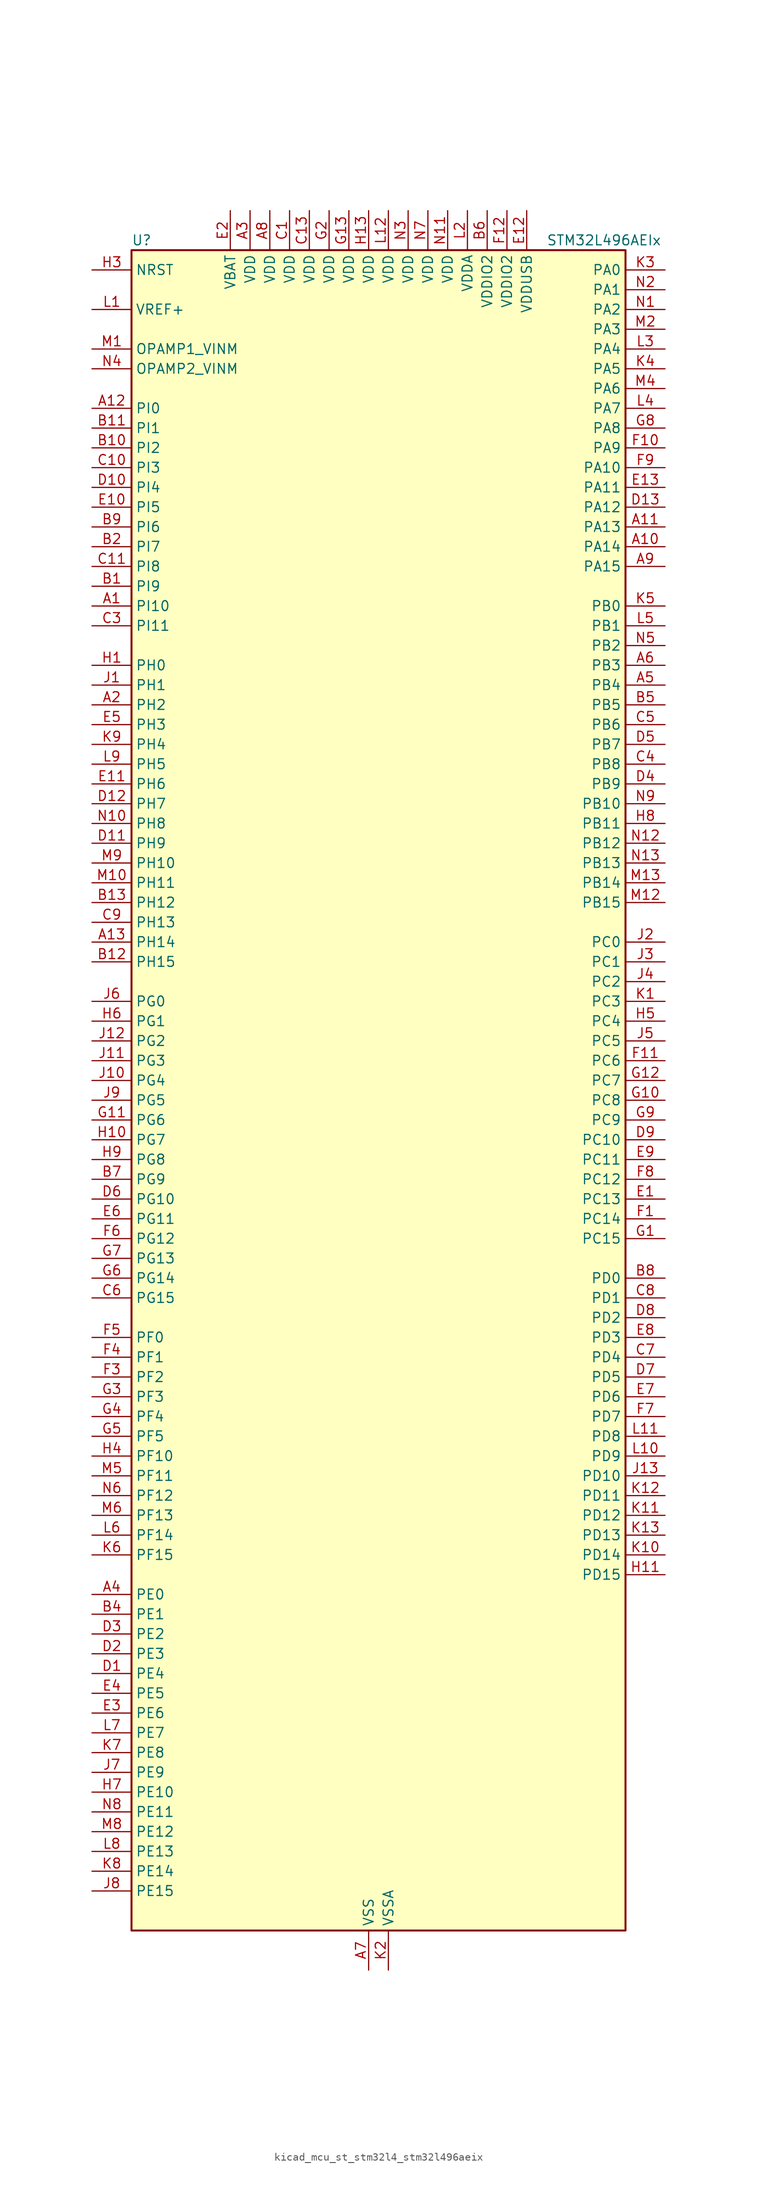
<source format=kicad_sym>
(kicad_symbol_lib
  (version 20220914)
  (generator kicad_symbol_editor)
  (symbol "kicad_mcu_st_stm32l4_stm32l496aeix"
    (property "Reference" "U"
      (at -30.48 110.49 0)
      (effects (font (size 1.27 1.27)) (justify left)))
    (property "Value" "STM32L496AEIx"
      (at 22.86 110.49 0)
      (effects (font (size 1.27 1.27)) (justify left)))
    (property "ki_locked" ""
      (at 0 0 0)
      (effects (font (size 1.27 1.27))))
    (symbol "kicad_mcu_st_stm32l4_stm32l496aeix_0_1"
      (rectangle (start -30.48 -106.68) (end 33.02 109.22) (stroke (width 0.254) (type default)) (fill (type background))))
    (symbol "kicad_mcu_st_stm32l4_stm32l496aeix_1_1"
      (pin bidirectional line (at -35.56 63.5 0) (length 5.08) (name "PI10" (effects (font (size 1.27 1.27)))) (number "A1" (effects (font (size 1.27 1.27)))))
      (pin bidirectional line (at 38.1 71.12 180) (length 5.08) (name "PA14" (effects (font (size 1.27 1.27)))) (number "A10" (effects (font (size 1.27 1.27)))) (alternate "I2C1_SMBA" bidirectional line) (alternate "I2C4_SMBA" bidirectional line) (alternate "LPTIM1_OUT" bidirectional line) (alternate "SAI1_FS_B" bidirectional line) (alternate "SWPMI1_RX" bidirectional line) (alternate "SYS_JTCK-SWCLK" bidirectional line) (alternate "USB_OTG_FS_SOF" bidirectional line))
      (pin bidirectional line (at 38.1 73.66 180) (length 5.08) (name "PA13" (effects (font (size 1.27 1.27)))) (number "A11" (effects (font (size 1.27 1.27)))) (alternate "IR_OUT" bidirectional line) (alternate "SAI1_SD_B" bidirectional line) (alternate "SWPMI1_TX" bidirectional line) (alternate "SYS_JTMS-SWDIO" bidirectional line) (alternate "USB_OTG_FS_NOE" bidirectional line))
      (pin bidirectional line (at -35.56 88.9 0) (length 5.08) (name "PI0" (effects (font (size 1.27 1.27)))) (number "A12" (effects (font (size 1.27 1.27)))) (alternate "DCMI_D13" bidirectional line) (alternate "SPI2_NSS" bidirectional line) (alternate "TIM5_CH4" bidirectional line))
      (pin bidirectional line (at -35.56 20.32 0) (length 5.08) (name "PH14" (effects (font (size 1.27 1.27)))) (number "A13" (effects (font (size 1.27 1.27)))) (alternate "DCMI_D4" bidirectional line) (alternate "TIM8_CH2N" bidirectional line))
      (pin bidirectional line (at -35.56 50.8 0) (length 5.08) (name "PH2" (effects (font (size 1.27 1.27)))) (number "A2" (effects (font (size 1.27 1.27)))) (alternate "QUADSPI_BK2_IO0" bidirectional line))
      (pin power_in line (at -15.24 114.3 270) (length 5.08) (name "VDD" (effects (font (size 1.27 1.27)))) (number "A3" (effects (font (size 1.27 1.27)))))
      (pin bidirectional line (at -35.56 -63.5 0) (length 5.08) (name "PE0" (effects (font (size 1.27 1.27)))) (number "A4" (effects (font (size 1.27 1.27)))) (alternate "DCMI_D2" bidirectional line) (alternate "FMC_NBL0" bidirectional line) (alternate "LCD_SEG36" bidirectional line) (alternate "TIM16_CH1" bidirectional line) (alternate "TIM4_ETR" bidirectional line))
      (pin bidirectional line (at 38.1 53.34 180) (length 5.08) (name "PB4" (effects (font (size 1.27 1.27)))) (number "A5" (effects (font (size 1.27 1.27)))) (alternate "COMP2_INP" bidirectional line) (alternate "DCMI_D12" bidirectional line) (alternate "I2C3_SDA" bidirectional line) (alternate "LCD_SEG8" bidirectional line) (alternate "SAI1_MCLK_B" bidirectional line) (alternate "SPI1_MISO" bidirectional line) (alternate "SPI3_MISO" bidirectional line) (alternate "SYS_JTRST" bidirectional line) (alternate "TIM17_BKIN" bidirectional line) (alternate "TIM3_CH1" bidirectional line) (alternate "TSC_G2_IO1" bidirectional line) (alternate "UART5_DE" bidirectional line) (alternate "UART5_RTS" bidirectional line) (alternate "USART1_CTS" bidirectional line))
      (pin bidirectional line (at 38.1 55.88 180) (length 5.08) (name "PB3" (effects (font (size 1.27 1.27)))) (number "A6" (effects (font (size 1.27 1.27)))) (alternate "COMP2_INM" bidirectional line) (alternate "CRS_SYNC" bidirectional line) (alternate "LCD_SEG7" bidirectional line) (alternate "SAI1_SCK_B" bidirectional line) (alternate "SPI1_SCK" bidirectional line) (alternate "SPI3_SCK" bidirectional line) (alternate "SYS_JTDO-SWO" bidirectional line) (alternate "TIM2_CH2" bidirectional line) (alternate "USART1_DE" bidirectional line) (alternate "USART1_RTS" bidirectional line))
      (pin power_in line (at 0 -111.76 90) (length 5.08) (name "VSS" (effects (font (size 1.27 1.27)))) (number "A7" (effects (font (size 1.27 1.27)))))
      (pin power_in line (at -12.7 114.3 270) (length 5.08) (name "VDD" (effects (font (size 1.27 1.27)))) (number "A8" (effects (font (size 1.27 1.27)))))
      (pin bidirectional line (at 38.1 68.58 180) (length 5.08) (name "PA15" (effects (font (size 1.27 1.27)))) (number "A9" (effects (font (size 1.27 1.27)))) (alternate "ADC1_EXTI15" bidirectional line) (alternate "ADC2_EXTI15" bidirectional line) (alternate "ADC3_EXTI15" bidirectional line) (alternate "LCD_SEG17" bidirectional line) (alternate "SAI2_FS_B" bidirectional line) (alternate "SPI1_NSS" bidirectional line) (alternate "SPI3_NSS" bidirectional line) (alternate "SWPMI1_SUSPEND" bidirectional line) (alternate "SYS_JTDI" bidirectional line) (alternate "TIM2_CH1" bidirectional line) (alternate "TIM2_ETR" bidirectional line) (alternate "TSC_G3_IO1" bidirectional line) (alternate "UART4_DE" bidirectional line) (alternate "UART4_RTS" bidirectional line) (alternate "USART2_RX" bidirectional line) (alternate "USART3_DE" bidirectional line) (alternate "USART3_RTS" bidirectional line))
      (pin bidirectional line (at -35.56 66.04 0) (length 5.08) (name "PI9" (effects (font (size 1.27 1.27)))) (number "B1" (effects (font (size 1.27 1.27)))) (alternate "CAN1_RX" bidirectional line) (alternate "DAC1_EXTI9" bidirectional line))
      (pin bidirectional line (at -35.56 83.82 0) (length 5.08) (name "PI2" (effects (font (size 1.27 1.27)))) (number "B10" (effects (font (size 1.27 1.27)))) (alternate "DCMI_D9" bidirectional line) (alternate "SPI2_MISO" bidirectional line) (alternate "TIM8_CH4" bidirectional line))
      (pin bidirectional line (at -35.56 86.36 0) (length 5.08) (name "PI1" (effects (font (size 1.27 1.27)))) (number "B11" (effects (font (size 1.27 1.27)))) (alternate "DCMI_D8" bidirectional line) (alternate "SPI2_SCK" bidirectional line))
      (pin bidirectional line (at -35.56 17.78 0) (length 5.08) (name "PH15" (effects (font (size 1.27 1.27)))) (number "B12" (effects (font (size 1.27 1.27)))) (alternate "ADC1_EXTI15" bidirectional line) (alternate "ADC2_EXTI15" bidirectional line) (alternate "ADC3_EXTI15" bidirectional line) (alternate "DCMI_D11" bidirectional line) (alternate "TIM8_CH3N" bidirectional line))
      (pin bidirectional line (at -35.56 25.4 0) (length 5.08) (name "PH12" (effects (font (size 1.27 1.27)))) (number "B13" (effects (font (size 1.27 1.27)))) (alternate "DCMI_D3" bidirectional line) (alternate "TIM5_CH3" bidirectional line))
      (pin bidirectional line (at -35.56 71.12 0) (length 5.08) (name "PI7" (effects (font (size 1.27 1.27)))) (number "B2" (effects (font (size 1.27 1.27)))) (alternate "DCMI_D7" bidirectional line) (alternate "TIM8_CH3" bidirectional line))
      (pin passive line (at 0 -111.76 90) (length 5.08) hide (name "VSS" (effects (font (size 1.27 1.27)))) (number "B3" (effects (font (size 1.27 1.27)))))
      (pin bidirectional line (at -35.56 -66.04 0) (length 5.08) (name "PE1" (effects (font (size 1.27 1.27)))) (number "B4" (effects (font (size 1.27 1.27)))) (alternate "DCMI_D3" bidirectional line) (alternate "FMC_NBL1" bidirectional line) (alternate "LCD_SEG37" bidirectional line) (alternate "TIM17_CH1" bidirectional line))
      (pin bidirectional line (at 38.1 50.8 180) (length 5.08) (name "PB5" (effects (font (size 1.27 1.27)))) (number "B5" (effects (font (size 1.27 1.27)))) (alternate "CAN2_RX" bidirectional line) (alternate "COMP2_OUT" bidirectional line) (alternate "DCMI_D10" bidirectional line) (alternate "I2C1_SMBA" bidirectional line) (alternate "LCD_SEG9" bidirectional line) (alternate "LPTIM1_IN1" bidirectional line) (alternate "SAI1_SD_B" bidirectional line) (alternate "SPI1_MOSI" bidirectional line) (alternate "SPI3_MOSI" bidirectional line) (alternate "TIM16_BKIN" bidirectional line) (alternate "TIM3_CH2" bidirectional line) (alternate "TSC_G2_IO2" bidirectional line) (alternate "UART5_CTS" bidirectional line) (alternate "USART1_CK" bidirectional line))
      (pin power_in line (at 15.24 114.3 270) (length 5.08) (name "VDDIO2" (effects (font (size 1.27 1.27)))) (number "B6" (effects (font (size 1.27 1.27)))))
      (pin bidirectional line (at -35.56 -10.16 0) (length 5.08) (name "PG9" (effects (font (size 1.27 1.27)))) (number "B7" (effects (font (size 1.27 1.27)))) (alternate "DAC1_EXTI9" bidirectional line) (alternate "FMC_NCE" bidirectional line) (alternate "FMC_NE2" bidirectional line) (alternate "SAI2_SCK_A" bidirectional line) (alternate "SPI3_SCK" bidirectional line) (alternate "TIM15_CH1N" bidirectional line) (alternate "USART1_TX" bidirectional line))
      (pin bidirectional line (at 38.1 -22.86 180) (length 5.08) (name "PD0" (effects (font (size 1.27 1.27)))) (number "B8" (effects (font (size 1.27 1.27)))) (alternate "CAN1_RX" bidirectional line) (alternate "DFSDM1_DATIN7" bidirectional line) (alternate "FMC_D2" bidirectional line) (alternate "FMC_DA2" bidirectional line) (alternate "SPI2_NSS" bidirectional line))
      (pin bidirectional line (at -35.56 73.66 0) (length 5.08) (name "PI6" (effects (font (size 1.27 1.27)))) (number "B9" (effects (font (size 1.27 1.27)))) (alternate "DCMI_D6" bidirectional line) (alternate "TIM8_CH2" bidirectional line))
      (pin power_in line (at -10.16 114.3 270) (length 5.08) (name "VDD" (effects (font (size 1.27 1.27)))) (number "C1" (effects (font (size 1.27 1.27)))))
      (pin bidirectional line (at -35.56 81.28 0) (length 5.08) (name "PI3" (effects (font (size 1.27 1.27)))) (number "C10" (effects (font (size 1.27 1.27)))) (alternate "DCMI_D10" bidirectional line) (alternate "SPI2_MOSI" bidirectional line) (alternate "TIM8_ETR" bidirectional line))
      (pin bidirectional line (at -35.56 68.58 0) (length 5.08) (name "PI8" (effects (font (size 1.27 1.27)))) (number "C11" (effects (font (size 1.27 1.27)))) (alternate "DCMI_D12" bidirectional line))
      (pin passive line (at 0 -111.76 90) (length 5.08) hide (name "VSS" (effects (font (size 1.27 1.27)))) (number "C12" (effects (font (size 1.27 1.27)))))
      (pin power_in line (at -7.62 114.3 270) (length 5.08) (name "VDD" (effects (font (size 1.27 1.27)))) (number "C13" (effects (font (size 1.27 1.27)))))
      (pin passive line (at 0 -111.76 90) (length 5.08) hide (name "VSS" (effects (font (size 1.27 1.27)))) (number "C2" (effects (font (size 1.27 1.27)))))
      (pin bidirectional line (at -35.56 60.96 0) (length 5.08) (name "PI11" (effects (font (size 1.27 1.27)))) (number "C3" (effects (font (size 1.27 1.27)))) (alternate "ADC1_EXTI11" bidirectional line) (alternate "ADC2_EXTI11" bidirectional line) (alternate "ADC3_EXTI11" bidirectional line))
      (pin bidirectional line (at 38.1 43.18 180) (length 5.08) (name "PB8" (effects (font (size 1.27 1.27)))) (number "C4" (effects (font (size 1.27 1.27)))) (alternate "CAN1_RX" bidirectional line) (alternate "DCMI_D6" bidirectional line) (alternate "DFSDM1_DATIN6" bidirectional line) (alternate "I2C1_SCL" bidirectional line) (alternate "LCD_SEG16" bidirectional line) (alternate "SAI1_MCLK_A" bidirectional line) (alternate "SDMMC1_D4" bidirectional line) (alternate "TIM16_CH1" bidirectional line) (alternate "TIM4_CH3" bidirectional line))
      (pin bidirectional line (at 38.1 48.26 180) (length 5.08) (name "PB6" (effects (font (size 1.27 1.27)))) (number "C5" (effects (font (size 1.27 1.27)))) (alternate "CAN2_TX" bidirectional line) (alternate "COMP2_INP" bidirectional line) (alternate "DCMI_D5" bidirectional line) (alternate "DFSDM1_DATIN5" bidirectional line) (alternate "I2C1_SCL" bidirectional line) (alternate "I2C4_SCL" bidirectional line) (alternate "LPTIM1_ETR" bidirectional line) (alternate "SAI1_FS_B" bidirectional line) (alternate "TIM16_CH1N" bidirectional line) (alternate "TIM4_CH1" bidirectional line) (alternate "TIM8_BKIN2" bidirectional line) (alternate "TIM8_BKIN2_COMP2" bidirectional line) (alternate "TSC_G2_IO3" bidirectional line) (alternate "USART1_TX" bidirectional line))
      (pin bidirectional line (at -35.56 -25.4 0) (length 5.08) (name "PG15" (effects (font (size 1.27 1.27)))) (number "C6" (effects (font (size 1.27 1.27)))) (alternate "ADC1_EXTI15" bidirectional line) (alternate "ADC2_EXTI15" bidirectional line) (alternate "ADC3_EXTI15" bidirectional line) (alternate "DCMI_D13" bidirectional line) (alternate "I2C1_SMBA" bidirectional line) (alternate "LPTIM1_OUT" bidirectional line))
      (pin bidirectional line (at 38.1 -33.02 180) (length 5.08) (name "PD4" (effects (font (size 1.27 1.27)))) (number "C7" (effects (font (size 1.27 1.27)))) (alternate "DFSDM1_CKIN0" bidirectional line) (alternate "FMC_NOE" bidirectional line) (alternate "QUADSPI_BK2_IO0" bidirectional line) (alternate "SPI2_MOSI" bidirectional line) (alternate "USART2_DE" bidirectional line) (alternate "USART2_RTS" bidirectional line))
      (pin bidirectional line (at 38.1 -25.4 180) (length 5.08) (name "PD1" (effects (font (size 1.27 1.27)))) (number "C8" (effects (font (size 1.27 1.27)))) (alternate "CAN1_TX" bidirectional line) (alternate "DFSDM1_CKIN7" bidirectional line) (alternate "FMC_D3" bidirectional line) (alternate "FMC_DA3" bidirectional line) (alternate "SPI2_SCK" bidirectional line))
      (pin bidirectional line (at -35.56 22.86 0) (length 5.08) (name "PH13" (effects (font (size 1.27 1.27)))) (number "C9" (effects (font (size 1.27 1.27)))) (alternate "CAN1_TX" bidirectional line) (alternate "TIM8_CH1N" bidirectional line))
      (pin bidirectional line (at -35.56 -73.66 0) (length 5.08) (name "PE4" (effects (font (size 1.27 1.27)))) (number "D1" (effects (font (size 1.27 1.27)))) (alternate "DCMI_D4" bidirectional line) (alternate "DFSDM1_DATIN3" bidirectional line) (alternate "FMC_A20" bidirectional line) (alternate "SAI1_FS_A" bidirectional line) (alternate "SYS_TRACED1" bidirectional line) (alternate "TIM3_CH2" bidirectional line) (alternate "TSC_G7_IO3" bidirectional line))
      (pin bidirectional line (at -35.56 78.74 0) (length 5.08) (name "PI4" (effects (font (size 1.27 1.27)))) (number "D10" (effects (font (size 1.27 1.27)))) (alternate "DCMI_D5" bidirectional line) (alternate "TIM8_BKIN" bidirectional line))
      (pin bidirectional line (at -35.56 33.02 0) (length 5.08) (name "PH9" (effects (font (size 1.27 1.27)))) (number "D11" (effects (font (size 1.27 1.27)))) (alternate "DAC1_EXTI9" bidirectional line) (alternate "DCMI_D0" bidirectional line) (alternate "I2C3_SMBA" bidirectional line))
      (pin bidirectional line (at -35.56 38.1 0) (length 5.08) (name "PH7" (effects (font (size 1.27 1.27)))) (number "D12" (effects (font (size 1.27 1.27)))) (alternate "DCMI_D9" bidirectional line) (alternate "I2C3_SCL" bidirectional line))
      (pin bidirectional line (at 38.1 76.2 180) (length 5.08) (name "PA12" (effects (font (size 1.27 1.27)))) (number "D13" (effects (font (size 1.27 1.27)))) (alternate "CAN1_TX" bidirectional line) (alternate "SPI1_MOSI" bidirectional line) (alternate "TIM1_ETR" bidirectional line) (alternate "USART1_DE" bidirectional line) (alternate "USART1_RTS" bidirectional line) (alternate "USB_OTG_FS_DP" bidirectional line))
      (pin bidirectional line (at -35.56 -71.12 0) (length 5.08) (name "PE3" (effects (font (size 1.27 1.27)))) (number "D2" (effects (font (size 1.27 1.27)))) (alternate "FMC_A19" bidirectional line) (alternate "LCD_SEG39" bidirectional line) (alternate "SAI1_SD_B" bidirectional line) (alternate "SYS_TRACED0" bidirectional line) (alternate "TIM3_CH1" bidirectional line) (alternate "TSC_G7_IO2" bidirectional line))
      (pin bidirectional line (at -35.56 -68.58 0) (length 5.08) (name "PE2" (effects (font (size 1.27 1.27)))) (number "D3" (effects (font (size 1.27 1.27)))) (alternate "FMC_A23" bidirectional line) (alternate "LCD_SEG38" bidirectional line) (alternate "SAI1_MCLK_A" bidirectional line) (alternate "SYS_TRACECLK" bidirectional line) (alternate "TIM3_ETR" bidirectional line) (alternate "TSC_G7_IO1" bidirectional line))
      (pin bidirectional line (at 38.1 40.64 180) (length 5.08) (name "PB9" (effects (font (size 1.27 1.27)))) (number "D4" (effects (font (size 1.27 1.27)))) (alternate "CAN1_TX" bidirectional line) (alternate "DAC1_EXTI9" bidirectional line) (alternate "DCMI_D7" bidirectional line) (alternate "DFSDM1_CKIN6" bidirectional line) (alternate "I2C1_SDA" bidirectional line) (alternate "IR_OUT" bidirectional line) (alternate "LCD_COM3" bidirectional line) (alternate "SAI1_FS_A" bidirectional line) (alternate "SDMMC1_D5" bidirectional line) (alternate "SPI2_NSS" bidirectional line) (alternate "TIM17_CH1" bidirectional line) (alternate "TIM4_CH4" bidirectional line))
      (pin bidirectional line (at 38.1 45.72 180) (length 5.08) (name "PB7" (effects (font (size 1.27 1.27)))) (number "D5" (effects (font (size 1.27 1.27)))) (alternate "COMP2_INM" bidirectional line) (alternate "DCMI_VSYNC" bidirectional line) (alternate "DFSDM1_CKIN5" bidirectional line) (alternate "FMC_NL" bidirectional line) (alternate "I2C1_SDA" bidirectional line) (alternate "I2C4_SDA" bidirectional line) (alternate "LCD_SEG21" bidirectional line) (alternate "LPTIM1_IN2" bidirectional line) (alternate "SYS_PVD_IN" bidirectional line) (alternate "TIM17_CH1N" bidirectional line) (alternate "TIM4_CH2" bidirectional line) (alternate "TIM8_BKIN" bidirectional line) (alternate "TIM8_BKIN_COMP1" bidirectional line) (alternate "TSC_G2_IO4" bidirectional line) (alternate "UART4_CTS" bidirectional line) (alternate "USART1_RX" bidirectional line))
      (pin bidirectional line (at -35.56 -12.7 0) (length 5.08) (name "PG10" (effects (font (size 1.27 1.27)))) (number "D6" (effects (font (size 1.27 1.27)))) (alternate "FMC_NE3" bidirectional line) (alternate "LPTIM1_IN1" bidirectional line) (alternate "SAI2_FS_A" bidirectional line) (alternate "SPI3_MISO" bidirectional line) (alternate "TIM15_CH1" bidirectional line) (alternate "USART1_RX" bidirectional line))
      (pin bidirectional line (at 38.1 -35.56 180) (length 5.08) (name "PD5" (effects (font (size 1.27 1.27)))) (number "D7" (effects (font (size 1.27 1.27)))) (alternate "FMC_NWE" bidirectional line) (alternate "QUADSPI_BK2_IO1" bidirectional line) (alternate "USART2_TX" bidirectional line))
      (pin bidirectional line (at 38.1 -27.94 180) (length 5.08) (name "PD2" (effects (font (size 1.27 1.27)))) (number "D8" (effects (font (size 1.27 1.27)))) (alternate "DCMI_D11" bidirectional line) (alternate "LCD_COM7" bidirectional line) (alternate "LCD_SEG31" bidirectional line) (alternate "LCD_SEG43" bidirectional line) (alternate "SDMMC1_CMD" bidirectional line) (alternate "SYS_TRACED2" bidirectional line) (alternate "TIM3_ETR" bidirectional line) (alternate "TSC_SYNC" bidirectional line) (alternate "UART5_RX" bidirectional line) (alternate "USART3_DE" bidirectional line) (alternate "USART3_RTS" bidirectional line))
      (pin bidirectional line (at 38.1 -5.08 180) (length 5.08) (name "PC10" (effects (font (size 1.27 1.27)))) (number "D9" (effects (font (size 1.27 1.27)))) (alternate "DCMI_D8" bidirectional line) (alternate "LCD_COM4" bidirectional line) (alternate "LCD_SEG28" bidirectional line) (alternate "LCD_SEG40" bidirectional line) (alternate "SAI2_SCK_B" bidirectional line) (alternate "SDMMC1_D2" bidirectional line) (alternate "SPI3_SCK" bidirectional line) (alternate "SYS_TRACED1" bidirectional line) (alternate "TSC_G3_IO2" bidirectional line) (alternate "UART4_TX" bidirectional line) (alternate "USART3_TX" bidirectional line))
      (pin bidirectional line (at 38.1 -12.7 180) (length 5.08) (name "PC13" (effects (font (size 1.27 1.27)))) (number "E1" (effects (font (size 1.27 1.27)))) (alternate "RTC_OUT_ALARM" bidirectional line) (alternate "RTC_OUT_CALIB" bidirectional line) (alternate "RTC_TAMP1" bidirectional line) (alternate "RTC_TS" bidirectional line) (alternate "SYS_WKUP2" bidirectional line))
      (pin bidirectional line (at -35.56 76.2 0) (length 5.08) (name "PI5" (effects (font (size 1.27 1.27)))) (number "E10" (effects (font (size 1.27 1.27)))) (alternate "DCMI_VSYNC" bidirectional line) (alternate "TIM8_CH1" bidirectional line))
      (pin bidirectional line (at -35.56 40.64 0) (length 5.08) (name "PH6" (effects (font (size 1.27 1.27)))) (number "E11" (effects (font (size 1.27 1.27)))) (alternate "DCMI_D8" bidirectional line) (alternate "I2C2_SMBA" bidirectional line))
      (pin power_in line (at 20.32 114.3 270) (length 5.08) (name "VDDUSB" (effects (font (size 1.27 1.27)))) (number "E12" (effects (font (size 1.27 1.27)))))
      (pin bidirectional line (at 38.1 78.74 180) (length 5.08) (name "PA11" (effects (font (size 1.27 1.27)))) (number "E13" (effects (font (size 1.27 1.27)))) (alternate "ADC1_EXTI11" bidirectional line) (alternate "ADC2_EXTI11" bidirectional line) (alternate "ADC3_EXTI11" bidirectional line) (alternate "CAN1_RX" bidirectional line) (alternate "SPI1_MISO" bidirectional line) (alternate "TIM1_BKIN2" bidirectional line) (alternate "TIM1_BKIN2_COMP1" bidirectional line) (alternate "TIM1_CH4" bidirectional line) (alternate "USART1_CTS" bidirectional line) (alternate "USB_OTG_FS_DM" bidirectional line))
      (pin power_in line (at -17.78 114.3 270) (length 5.08) (name "VBAT" (effects (font (size 1.27 1.27)))) (number "E2" (effects (font (size 1.27 1.27)))))
      (pin bidirectional line (at -35.56 -78.74 0) (length 5.08) (name "PE6" (effects (font (size 1.27 1.27)))) (number "E3" (effects (font (size 1.27 1.27)))) (alternate "DCMI_D7" bidirectional line) (alternate "FMC_A22" bidirectional line) (alternate "RTC_TAMP3" bidirectional line) (alternate "SAI1_SD_A" bidirectional line) (alternate "SYS_TRACED3" bidirectional line) (alternate "SYS_WKUP3" bidirectional line) (alternate "TIM3_CH4" bidirectional line))
      (pin bidirectional line (at -35.56 -76.2 0) (length 5.08) (name "PE5" (effects (font (size 1.27 1.27)))) (number "E4" (effects (font (size 1.27 1.27)))) (alternate "DCMI_D6" bidirectional line) (alternate "DFSDM1_CKIN3" bidirectional line) (alternate "FMC_A21" bidirectional line) (alternate "SAI1_SCK_A" bidirectional line) (alternate "SYS_TRACED2" bidirectional line) (alternate "TIM3_CH3" bidirectional line) (alternate "TSC_G7_IO4" bidirectional line))
      (pin bidirectional line (at -35.56 48.26 0) (length 5.08) (name "PH3" (effects (font (size 1.27 1.27)))) (number "E5" (effects (font (size 1.27 1.27)))))
      (pin bidirectional line (at -35.56 -15.24 0) (length 5.08) (name "PG11" (effects (font (size 1.27 1.27)))) (number "E6" (effects (font (size 1.27 1.27)))) (alternate "ADC1_EXTI11" bidirectional line) (alternate "ADC2_EXTI11" bidirectional line) (alternate "ADC3_EXTI11" bidirectional line) (alternate "LPTIM1_IN2" bidirectional line) (alternate "SAI2_MCLK_A" bidirectional line) (alternate "SPI3_MOSI" bidirectional line) (alternate "TIM15_CH2" bidirectional line) (alternate "USART1_CTS" bidirectional line))
      (pin bidirectional line (at 38.1 -38.1 180) (length 5.08) (name "PD6" (effects (font (size 1.27 1.27)))) (number "E7" (effects (font (size 1.27 1.27)))) (alternate "DCMI_D10" bidirectional line) (alternate "DFSDM1_DATIN1" bidirectional line) (alternate "FMC_NWAIT" bidirectional line) (alternate "QUADSPI_BK2_IO1" bidirectional line) (alternate "QUADSPI_BK2_IO2" bidirectional line) (alternate "SAI1_SD_A" bidirectional line) (alternate "USART2_RX" bidirectional line))
      (pin bidirectional line (at 38.1 -30.48 180) (length 5.08) (name "PD3" (effects (font (size 1.27 1.27)))) (number "E8" (effects (font (size 1.27 1.27)))) (alternate "DCMI_D5" bidirectional line) (alternate "DFSDM1_DATIN0" bidirectional line) (alternate "FMC_CLK" bidirectional line) (alternate "QUADSPI_BK2_NCS" bidirectional line) (alternate "SPI2_MISO" bidirectional line) (alternate "SPI2_SCK" bidirectional line) (alternate "USART2_CTS" bidirectional line))
      (pin bidirectional line (at 38.1 -7.62 180) (length 5.08) (name "PC11" (effects (font (size 1.27 1.27)))) (number "E9" (effects (font (size 1.27 1.27)))) (alternate "ADC1_EXTI11" bidirectional line) (alternate "ADC2_EXTI11" bidirectional line) (alternate "ADC3_EXTI11" bidirectional line) (alternate "DCMI_D4" bidirectional line) (alternate "LCD_COM5" bidirectional line) (alternate "LCD_SEG29" bidirectional line) (alternate "LCD_SEG41" bidirectional line) (alternate "QUADSPI_BK2_NCS" bidirectional line) (alternate "SAI2_MCLK_B" bidirectional line) (alternate "SDMMC1_D3" bidirectional line) (alternate "SPI3_MISO" bidirectional line) (alternate "TSC_G3_IO3" bidirectional line) (alternate "UART4_RX" bidirectional line) (alternate "USART3_RX" bidirectional line))
      (pin bidirectional line (at 38.1 -15.24 180) (length 5.08) (name "PC14" (effects (font (size 1.27 1.27)))) (number "F1" (effects (font (size 1.27 1.27)))) (alternate "RCC_OSC32_IN" bidirectional line))
      (pin bidirectional line (at 38.1 83.82 180) (length 5.08) (name "PA9" (effects (font (size 1.27 1.27)))) (number "F10" (effects (font (size 1.27 1.27)))) (alternate "DAC1_EXTI9" bidirectional line) (alternate "DCMI_D0" bidirectional line) (alternate "LCD_COM1" bidirectional line) (alternate "SAI1_FS_A" bidirectional line) (alternate "SPI2_SCK" bidirectional line) (alternate "TIM15_BKIN" bidirectional line) (alternate "TIM1_CH2" bidirectional line) (alternate "USART1_TX" bidirectional line) (alternate "USB_OTG_FS_VBUS" bidirectional line))
      (pin bidirectional line (at 38.1 5.08 180) (length 5.08) (name "PC6" (effects (font (size 1.27 1.27)))) (number "F11" (effects (font (size 1.27 1.27)))) (alternate "DCMI_D0" bidirectional line) (alternate "DFSDM1_CKIN3" bidirectional line) (alternate "LCD_SEG24" bidirectional line) (alternate "SAI2_MCLK_A" bidirectional line) (alternate "SDMMC1_D6" bidirectional line) (alternate "TIM3_CH1" bidirectional line) (alternate "TIM8_CH1" bidirectional line) (alternate "TSC_G4_IO1" bidirectional line))
      (pin power_in line (at 17.78 114.3 270) (length 5.08) (name "VDDIO2" (effects (font (size 1.27 1.27)))) (number "F12" (effects (font (size 1.27 1.27)))))
      (pin passive line (at 0 -111.76 90) (length 5.08) hide (name "VSS" (effects (font (size 1.27 1.27)))) (number "F13" (effects (font (size 1.27 1.27)))))
      (pin passive line (at 0 -111.76 90) (length 5.08) hide (name "VSS" (effects (font (size 1.27 1.27)))) (number "F2" (effects (font (size 1.27 1.27)))))
      (pin bidirectional line (at -35.56 -35.56 0) (length 5.08) (name "PF2" (effects (font (size 1.27 1.27)))) (number "F3" (effects (font (size 1.27 1.27)))) (alternate "FMC_A2" bidirectional line) (alternate "I2C2_SMBA" bidirectional line))
      (pin bidirectional line (at -35.56 -33.02 0) (length 5.08) (name "PF1" (effects (font (size 1.27 1.27)))) (number "F4" (effects (font (size 1.27 1.27)))) (alternate "FMC_A1" bidirectional line) (alternate "I2C2_SCL" bidirectional line))
      (pin bidirectional line (at -35.56 -30.48 0) (length 5.08) (name "PF0" (effects (font (size 1.27 1.27)))) (number "F5" (effects (font (size 1.27 1.27)))) (alternate "FMC_A0" bidirectional line) (alternate "I2C2_SDA" bidirectional line))
      (pin bidirectional line (at -35.56 -17.78 0) (length 5.08) (name "PG12" (effects (font (size 1.27 1.27)))) (number "F6" (effects (font (size 1.27 1.27)))) (alternate "FMC_NE4" bidirectional line) (alternate "LPTIM1_ETR" bidirectional line) (alternate "SAI2_SD_A" bidirectional line) (alternate "SPI3_NSS" bidirectional line) (alternate "USART1_DE" bidirectional line) (alternate "USART1_RTS" bidirectional line))
      (pin bidirectional line (at 38.1 -40.64 180) (length 5.08) (name "PD7" (effects (font (size 1.27 1.27)))) (number "F7" (effects (font (size 1.27 1.27)))) (alternate "DFSDM1_CKIN1" bidirectional line) (alternate "FMC_NE1" bidirectional line) (alternate "QUADSPI_BK2_IO3" bidirectional line) (alternate "USART2_CK" bidirectional line))
      (pin bidirectional line (at 38.1 -10.16 180) (length 5.08) (name "PC12" (effects (font (size 1.27 1.27)))) (number "F8" (effects (font (size 1.27 1.27)))) (alternate "DCMI_D9" bidirectional line) (alternate "LCD_COM6" bidirectional line) (alternate "LCD_SEG30" bidirectional line) (alternate "LCD_SEG42" bidirectional line) (alternate "SAI2_SD_B" bidirectional line) (alternate "SDMMC1_CK" bidirectional line) (alternate "SPI3_MOSI" bidirectional line) (alternate "SYS_TRACED3" bidirectional line) (alternate "TSC_G3_IO4" bidirectional line) (alternate "UART5_TX" bidirectional line) (alternate "USART3_CK" bidirectional line))
      (pin bidirectional line (at 38.1 81.28 180) (length 5.08) (name "PA10" (effects (font (size 1.27 1.27)))) (number "F9" (effects (font (size 1.27 1.27)))) (alternate "DCMI_D1" bidirectional line) (alternate "LCD_COM2" bidirectional line) (alternate "SAI1_SD_A" bidirectional line) (alternate "TIM17_BKIN" bidirectional line) (alternate "TIM1_CH3" bidirectional line) (alternate "USART1_RX" bidirectional line) (alternate "USB_OTG_FS_ID" bidirectional line))
      (pin bidirectional line (at 38.1 -17.78 180) (length 5.08) (name "PC15" (effects (font (size 1.27 1.27)))) (number "G1" (effects (font (size 1.27 1.27)))) (alternate "ADC1_EXTI15" bidirectional line) (alternate "ADC2_EXTI15" bidirectional line) (alternate "ADC3_EXTI15" bidirectional line) (alternate "RCC_OSC32_OUT" bidirectional line))
      (pin bidirectional line (at 38.1 0 180) (length 5.08) (name "PC8" (effects (font (size 1.27 1.27)))) (number "G10" (effects (font (size 1.27 1.27)))) (alternate "DCMI_D2" bidirectional line) (alternate "LCD_SEG26" bidirectional line) (alternate "SDMMC1_D0" bidirectional line) (alternate "TIM3_CH3" bidirectional line) (alternate "TIM8_CH3" bidirectional line) (alternate "TSC_G4_IO3" bidirectional line))
      (pin bidirectional line (at -35.56 -2.54 0) (length 5.08) (name "PG6" (effects (font (size 1.27 1.27)))) (number "G11" (effects (font (size 1.27 1.27)))) (alternate "I2C3_SMBA" bidirectional line) (alternate "LPUART1_DE" bidirectional line) (alternate "LPUART1_RTS" bidirectional line))
      (pin bidirectional line (at 38.1 2.54 180) (length 5.08) (name "PC7" (effects (font (size 1.27 1.27)))) (number "G12" (effects (font (size 1.27 1.27)))) (alternate "DCMI_D1" bidirectional line) (alternate "DFSDM1_DATIN3" bidirectional line) (alternate "LCD_SEG25" bidirectional line) (alternate "SAI2_MCLK_B" bidirectional line) (alternate "SDMMC1_D7" bidirectional line) (alternate "TIM3_CH2" bidirectional line) (alternate "TIM8_CH2" bidirectional line) (alternate "TSC_G4_IO2" bidirectional line))
      (pin power_in line (at -2.54 114.3 270) (length 5.08) (name "VDD" (effects (font (size 1.27 1.27)))) (number "G13" (effects (font (size 1.27 1.27)))))
      (pin power_in line (at -5.08 114.3 270) (length 5.08) (name "VDD" (effects (font (size 1.27 1.27)))) (number "G2" (effects (font (size 1.27 1.27)))))
      (pin bidirectional line (at -35.56 -38.1 0) (length 5.08) (name "PF3" (effects (font (size 1.27 1.27)))) (number "G3" (effects (font (size 1.27 1.27)))) (alternate "ADC3_IN6" bidirectional line) (alternate "FMC_A3" bidirectional line))
      (pin bidirectional line (at -35.56 -40.64 0) (length 5.08) (name "PF4" (effects (font (size 1.27 1.27)))) (number "G4" (effects (font (size 1.27 1.27)))) (alternate "ADC3_IN7" bidirectional line) (alternate "FMC_A4" bidirectional line))
      (pin bidirectional line (at -35.56 -43.18 0) (length 5.08) (name "PF5" (effects (font (size 1.27 1.27)))) (number "G5" (effects (font (size 1.27 1.27)))) (alternate "ADC3_IN8" bidirectional line) (alternate "FMC_A5" bidirectional line))
      (pin bidirectional line (at -35.56 -22.86 0) (length 5.08) (name "PG14" (effects (font (size 1.27 1.27)))) (number "G6" (effects (font (size 1.27 1.27)))) (alternate "FMC_A25" bidirectional line) (alternate "I2C1_SCL" bidirectional line))
      (pin bidirectional line (at -35.56 -20.32 0) (length 5.08) (name "PG13" (effects (font (size 1.27 1.27)))) (number "G7" (effects (font (size 1.27 1.27)))) (alternate "FMC_A24" bidirectional line) (alternate "I2C1_SDA" bidirectional line) (alternate "USART1_CK" bidirectional line))
      (pin bidirectional line (at 38.1 86.36 180) (length 5.08) (name "PA8" (effects (font (size 1.27 1.27)))) (number "G8" (effects (font (size 1.27 1.27)))) (alternate "LCD_COM0" bidirectional line) (alternate "LPTIM2_OUT" bidirectional line) (alternate "RCC_MCO" bidirectional line) (alternate "SAI1_SCK_A" bidirectional line) (alternate "SWPMI1_IO" bidirectional line) (alternate "TIM1_CH1" bidirectional line) (alternate "USART1_CK" bidirectional line) (alternate "USB_OTG_FS_SOF" bidirectional line))
      (pin bidirectional line (at 38.1 -2.54 180) (length 5.08) (name "PC9" (effects (font (size 1.27 1.27)))) (number "G9" (effects (font (size 1.27 1.27)))) (alternate "DAC1_EXTI9" bidirectional line) (alternate "DCMI_D3" bidirectional line) (alternate "I2C3_SDA" bidirectional line) (alternate "LCD_SEG27" bidirectional line) (alternate "SAI2_EXTCLK" bidirectional line) (alternate "SDMMC1_D1" bidirectional line) (alternate "TIM3_CH4" bidirectional line) (alternate "TIM8_BKIN2" bidirectional line) (alternate "TIM8_BKIN2_COMP1" bidirectional line) (alternate "TIM8_CH4" bidirectional line) (alternate "TSC_G4_IO4" bidirectional line) (alternate "USB_OTG_FS_NOE" bidirectional line))
      (pin bidirectional line (at -35.56 55.88 0) (length 5.08) (name "PH0" (effects (font (size 1.27 1.27)))) (number "H1" (effects (font (size 1.27 1.27)))) (alternate "RCC_OSC_IN" bidirectional line))
      (pin bidirectional line (at -35.56 -5.08 0) (length 5.08) (name "PG7" (effects (font (size 1.27 1.27)))) (number "H10" (effects (font (size 1.27 1.27)))) (alternate "FMC_INT" bidirectional line) (alternate "I2C3_SCL" bidirectional line) (alternate "LPUART1_TX" bidirectional line) (alternate "SAI1_MCLK_A" bidirectional line))
      (pin bidirectional line (at 38.1 -60.96 180) (length 5.08) (name "PD15" (effects (font (size 1.27 1.27)))) (number "H11" (effects (font (size 1.27 1.27)))) (alternate "ADC1_EXTI15" bidirectional line) (alternate "ADC2_EXTI15" bidirectional line) (alternate "ADC3_EXTI15" bidirectional line) (alternate "FMC_D1" bidirectional line) (alternate "FMC_DA1" bidirectional line) (alternate "LCD_SEG35" bidirectional line) (alternate "TIM4_CH4" bidirectional line))
      (pin passive line (at 0 -111.76 90) (length 5.08) hide (name "VSS" (effects (font (size 1.27 1.27)))) (number "H12" (effects (font (size 1.27 1.27)))))
      (pin power_in line (at 0 114.3 270) (length 5.08) (name "VDD" (effects (font (size 1.27 1.27)))) (number "H13" (effects (font (size 1.27 1.27)))))
      (pin passive line (at 0 -111.76 90) (length 5.08) hide (name "VSS" (effects (font (size 1.27 1.27)))) (number "H2" (effects (font (size 1.27 1.27)))))
      (pin input line (at -35.56 106.68 0) (length 5.08) (name "NRST" (effects (font (size 1.27 1.27)))) (number "H3" (effects (font (size 1.27 1.27)))))
      (pin bidirectional line (at -35.56 -45.72 0) (length 5.08) (name "PF10" (effects (font (size 1.27 1.27)))) (number "H4" (effects (font (size 1.27 1.27)))) (alternate "ADC3_IN13" bidirectional line) (alternate "DCMI_D11" bidirectional line) (alternate "QUADSPI_CLK" bidirectional line) (alternate "TIM15_CH2" bidirectional line))
      (pin bidirectional line (at 38.1 10.16 180) (length 5.08) (name "PC4" (effects (font (size 1.27 1.27)))) (number "H5" (effects (font (size 1.27 1.27)))) (alternate "ADC1_IN13" bidirectional line) (alternate "ADC2_IN13" bidirectional line) (alternate "COMP1_INM" bidirectional line) (alternate "LCD_SEG22" bidirectional line) (alternate "QUADSPI_BK2_IO3" bidirectional line) (alternate "USART3_TX" bidirectional line))
      (pin bidirectional line (at -35.56 10.16 0) (length 5.08) (name "PG1" (effects (font (size 1.27 1.27)))) (number "H6" (effects (font (size 1.27 1.27)))) (alternate "FMC_A11" bidirectional line) (alternate "TSC_G8_IO4" bidirectional line))
      (pin bidirectional line (at -35.56 -88.9 0) (length 5.08) (name "PE10" (effects (font (size 1.27 1.27)))) (number "H7" (effects (font (size 1.27 1.27)))) (alternate "DFSDM1_DATIN4" bidirectional line) (alternate "FMC_D7" bidirectional line) (alternate "FMC_DA7" bidirectional line) (alternate "QUADSPI_CLK" bidirectional line) (alternate "SAI1_MCLK_B" bidirectional line) (alternate "TIM1_CH2N" bidirectional line) (alternate "TSC_G5_IO1" bidirectional line))
      (pin bidirectional line (at 38.1 35.56 180) (length 5.08) (name "PB11" (effects (font (size 1.27 1.27)))) (number "H8" (effects (font (size 1.27 1.27)))) (alternate "ADC1_EXTI11" bidirectional line) (alternate "ADC2_EXTI11" bidirectional line) (alternate "ADC3_EXTI11" bidirectional line) (alternate "COMP2_OUT" bidirectional line) (alternate "DFSDM1_CKIN7" bidirectional line) (alternate "I2C2_SDA" bidirectional line) (alternate "I2C4_SDA" bidirectional line) (alternate "LCD_SEG11" bidirectional line) (alternate "LPUART1_TX" bidirectional line) (alternate "QUADSPI_BK1_NCS" bidirectional line) (alternate "TIM2_CH4" bidirectional line) (alternate "USART3_RX" bidirectional line))
      (pin bidirectional line (at -35.56 -7.62 0) (length 5.08) (name "PG8" (effects (font (size 1.27 1.27)))) (number "H9" (effects (font (size 1.27 1.27)))) (alternate "I2C3_SDA" bidirectional line) (alternate "LPUART1_RX" bidirectional line))
      (pin bidirectional line (at -35.56 53.34 0) (length 5.08) (name "PH1" (effects (font (size 1.27 1.27)))) (number "J1" (effects (font (size 1.27 1.27)))) (alternate "RCC_OSC_OUT" bidirectional line))
      (pin bidirectional line (at -35.56 2.54 0) (length 5.08) (name "PG4" (effects (font (size 1.27 1.27)))) (number "J10" (effects (font (size 1.27 1.27)))) (alternate "FMC_A14" bidirectional line) (alternate "SAI2_MCLK_B" bidirectional line) (alternate "SPI1_MOSI" bidirectional line))
      (pin bidirectional line (at -35.56 5.08 0) (length 5.08) (name "PG3" (effects (font (size 1.27 1.27)))) (number "J11" (effects (font (size 1.27 1.27)))) (alternate "FMC_A13" bidirectional line) (alternate "SAI2_FS_B" bidirectional line) (alternate "SPI1_MISO" bidirectional line))
      (pin bidirectional line (at -35.56 7.62 0) (length 5.08) (name "PG2" (effects (font (size 1.27 1.27)))) (number "J12" (effects (font (size 1.27 1.27)))) (alternate "FMC_A12" bidirectional line) (alternate "SAI2_SCK_B" bidirectional line) (alternate "SPI1_SCK" bidirectional line))
      (pin bidirectional line (at 38.1 -48.26 180) (length 5.08) (name "PD10" (effects (font (size 1.27 1.27)))) (number "J13" (effects (font (size 1.27 1.27)))) (alternate "FMC_D15" bidirectional line) (alternate "FMC_DA15" bidirectional line) (alternate "LCD_SEG30" bidirectional line) (alternate "SAI2_SCK_A" bidirectional line) (alternate "TSC_G6_IO1" bidirectional line) (alternate "USART3_CK" bidirectional line))
      (pin bidirectional line (at 38.1 20.32 180) (length 5.08) (name "PC0" (effects (font (size 1.27 1.27)))) (number "J2" (effects (font (size 1.27 1.27)))) (alternate "ADC1_IN1" bidirectional line) (alternate "ADC2_IN1" bidirectional line) (alternate "ADC3_IN1" bidirectional line) (alternate "DFSDM1_DATIN4" bidirectional line) (alternate "I2C3_SCL" bidirectional line) (alternate "I2C4_SCL" bidirectional line) (alternate "LCD_SEG18" bidirectional line) (alternate "LPTIM1_IN1" bidirectional line) (alternate "LPTIM2_IN1" bidirectional line) (alternate "LPUART1_RX" bidirectional line))
      (pin bidirectional line (at 38.1 17.78 180) (length 5.08) (name "PC1" (effects (font (size 1.27 1.27)))) (number "J3" (effects (font (size 1.27 1.27)))) (alternate "ADC1_IN2" bidirectional line) (alternate "ADC2_IN2" bidirectional line) (alternate "ADC3_IN2" bidirectional line) (alternate "DFSDM1_CKIN4" bidirectional line) (alternate "I2C3_SDA" bidirectional line) (alternate "I2C4_SDA" bidirectional line) (alternate "LCD_SEG19" bidirectional line) (alternate "LPTIM1_OUT" bidirectional line) (alternate "LPUART1_TX" bidirectional line) (alternate "QUADSPI_BK2_IO0" bidirectional line) (alternate "SAI1_SD_A" bidirectional line) (alternate "SPI2_MOSI" bidirectional line) (alternate "SYS_TRACED0" bidirectional line))
      (pin bidirectional line (at 38.1 15.24 180) (length 5.08) (name "PC2" (effects (font (size 1.27 1.27)))) (number "J4" (effects (font (size 1.27 1.27)))) (alternate "ADC1_IN3" bidirectional line) (alternate "ADC2_IN3" bidirectional line) (alternate "ADC3_IN3" bidirectional line) (alternate "DFSDM1_CKOUT" bidirectional line) (alternate "LCD_SEG20" bidirectional line) (alternate "LPTIM1_IN2" bidirectional line) (alternate "QUADSPI_BK2_IO1" bidirectional line) (alternate "SPI2_MISO" bidirectional line))
      (pin bidirectional line (at 38.1 7.62 180) (length 5.08) (name "PC5" (effects (font (size 1.27 1.27)))) (number "J5" (effects (font (size 1.27 1.27)))) (alternate "ADC1_IN14" bidirectional line) (alternate "ADC2_IN14" bidirectional line) (alternate "COMP1_INP" bidirectional line) (alternate "LCD_SEG23" bidirectional line) (alternate "SYS_WKUP5" bidirectional line) (alternate "USART3_RX" bidirectional line))
      (pin bidirectional line (at -35.56 12.7 0) (length 5.08) (name "PG0" (effects (font (size 1.27 1.27)))) (number "J6" (effects (font (size 1.27 1.27)))) (alternate "FMC_A10" bidirectional line) (alternate "TSC_G8_IO3" bidirectional line))
      (pin bidirectional line (at -35.56 -86.36 0) (length 5.08) (name "PE9" (effects (font (size 1.27 1.27)))) (number "J7" (effects (font (size 1.27 1.27)))) (alternate "DAC1_EXTI9" bidirectional line) (alternate "DFSDM1_CKOUT" bidirectional line) (alternate "FMC_D6" bidirectional line) (alternate "FMC_DA6" bidirectional line) (alternate "SAI1_FS_B" bidirectional line) (alternate "TIM1_CH1" bidirectional line))
      (pin bidirectional line (at -35.56 -101.6 0) (length 5.08) (name "PE15" (effects (font (size 1.27 1.27)))) (number "J8" (effects (font (size 1.27 1.27)))) (alternate "ADC1_EXTI15" bidirectional line) (alternate "ADC2_EXTI15" bidirectional line) (alternate "ADC3_EXTI15" bidirectional line) (alternate "FMC_D12" bidirectional line) (alternate "FMC_DA12" bidirectional line) (alternate "QUADSPI_BK1_IO3" bidirectional line) (alternate "SPI1_MOSI" bidirectional line) (alternate "TIM1_BKIN" bidirectional line) (alternate "TIM1_BKIN_COMP1" bidirectional line))
      (pin bidirectional line (at -35.56 0 0) (length 5.08) (name "PG5" (effects (font (size 1.27 1.27)))) (number "J9" (effects (font (size 1.27 1.27)))) (alternate "FMC_A15" bidirectional line) (alternate "LPUART1_CTS" bidirectional line) (alternate "SAI2_SD_B" bidirectional line) (alternate "SPI1_NSS" bidirectional line))
      (pin bidirectional line (at 38.1 12.7 180) (length 5.08) (name "PC3" (effects (font (size 1.27 1.27)))) (number "K1" (effects (font (size 1.27 1.27)))) (alternate "ADC1_IN4" bidirectional line) (alternate "ADC2_IN4" bidirectional line) (alternate "ADC3_IN4" bidirectional line) (alternate "LCD_VLCD" bidirectional line) (alternate "LPTIM1_ETR" bidirectional line) (alternate "LPTIM2_ETR" bidirectional line) (alternate "QUADSPI_BK2_IO2" bidirectional line) (alternate "SAI1_SD_A" bidirectional line) (alternate "SPI2_MOSI" bidirectional line))
      (pin bidirectional line (at 38.1 -58.42 180) (length 5.08) (name "PD14" (effects (font (size 1.27 1.27)))) (number "K10" (effects (font (size 1.27 1.27)))) (alternate "FMC_D0" bidirectional line) (alternate "FMC_DA0" bidirectional line) (alternate "LCD_SEG34" bidirectional line) (alternate "TIM4_CH3" bidirectional line))
      (pin bidirectional line (at 38.1 -53.34 180) (length 5.08) (name "PD12" (effects (font (size 1.27 1.27)))) (number "K11" (effects (font (size 1.27 1.27)))) (alternate "FMC_A17" bidirectional line) (alternate "FMC_ALE" bidirectional line) (alternate "I2C4_SCL" bidirectional line) (alternate "LCD_SEG32" bidirectional line) (alternate "LPTIM2_IN1" bidirectional line) (alternate "SAI2_FS_A" bidirectional line) (alternate "TIM4_CH1" bidirectional line) (alternate "TSC_G6_IO3" bidirectional line) (alternate "USART3_DE" bidirectional line) (alternate "USART3_RTS" bidirectional line))
      (pin bidirectional line (at 38.1 -50.8 180) (length 5.08) (name "PD11" (effects (font (size 1.27 1.27)))) (number "K12" (effects (font (size 1.27 1.27)))) (alternate "ADC1_EXTI11" bidirectional line) (alternate "ADC2_EXTI11" bidirectional line) (alternate "ADC3_EXTI11" bidirectional line) (alternate "FMC_A16" bidirectional line) (alternate "FMC_CLE" bidirectional line) (alternate "I2C4_SMBA" bidirectional line) (alternate "LCD_SEG31" bidirectional line) (alternate "LPTIM2_ETR" bidirectional line) (alternate "SAI2_SD_A" bidirectional line) (alternate "TSC_G6_IO2" bidirectional line) (alternate "USART3_CTS" bidirectional line))
      (pin bidirectional line (at 38.1 -55.88 180) (length 5.08) (name "PD13" (effects (font (size 1.27 1.27)))) (number "K13" (effects (font (size 1.27 1.27)))) (alternate "FMC_A18" bidirectional line) (alternate "I2C4_SDA" bidirectional line) (alternate "LCD_SEG33" bidirectional line) (alternate "LPTIM2_OUT" bidirectional line) (alternate "TIM4_CH2" bidirectional line) (alternate "TSC_G6_IO4" bidirectional line))
      (pin power_in line (at 2.54 -111.76 90) (length 5.08) (name "VSSA" (effects (font (size 1.27 1.27)))) (number "K2" (effects (font (size 1.27 1.27)))))
      (pin bidirectional line (at 38.1 106.68 180) (length 5.08) (name "PA0" (effects (font (size 1.27 1.27)))) (number "K3" (effects (font (size 1.27 1.27)))) (alternate "ADC1_IN5" bidirectional line) (alternate "ADC2_IN5" bidirectional line) (alternate "OPAMP1_VINP" bidirectional line) (alternate "RTC_TAMP2" bidirectional line) (alternate "SAI1_EXTCLK" bidirectional line) (alternate "SYS_WKUP1" bidirectional line) (alternate "TIM2_CH1" bidirectional line) (alternate "TIM2_ETR" bidirectional line) (alternate "TIM5_CH1" bidirectional line) (alternate "TIM8_ETR" bidirectional line) (alternate "UART4_TX" bidirectional line) (alternate "USART2_CTS" bidirectional line))
      (pin bidirectional line (at 38.1 93.98 180) (length 5.08) (name "PA5" (effects (font (size 1.27 1.27)))) (number "K4" (effects (font (size 1.27 1.27)))) (alternate "ADC1_IN10" bidirectional line) (alternate "ADC2_IN10" bidirectional line) (alternate "DAC1_OUT2" bidirectional line) (alternate "LPTIM2_ETR" bidirectional line) (alternate "SPI1_SCK" bidirectional line) (alternate "TIM2_CH1" bidirectional line) (alternate "TIM2_ETR" bidirectional line) (alternate "TIM8_CH1N" bidirectional line))
      (pin bidirectional line (at 38.1 63.5 180) (length 5.08) (name "PB0" (effects (font (size 1.27 1.27)))) (number "K5" (effects (font (size 1.27 1.27)))) (alternate "ADC1_IN15" bidirectional line) (alternate "ADC2_IN15" bidirectional line) (alternate "COMP1_OUT" bidirectional line) (alternate "LCD_SEG5" bidirectional line) (alternate "OPAMP2_VOUT" bidirectional line) (alternate "QUADSPI_BK1_IO1" bidirectional line) (alternate "SAI1_EXTCLK" bidirectional line) (alternate "SPI1_NSS" bidirectional line) (alternate "TIM1_CH2N" bidirectional line) (alternate "TIM3_CH3" bidirectional line) (alternate "TIM8_CH2N" bidirectional line) (alternate "USART3_CK" bidirectional line))
      (pin bidirectional line (at -35.56 -58.42 0) (length 5.08) (name "PF15" (effects (font (size 1.27 1.27)))) (number "K6" (effects (font (size 1.27 1.27)))) (alternate "ADC1_EXTI15" bidirectional line) (alternate "ADC2_EXTI15" bidirectional line) (alternate "ADC3_EXTI15" bidirectional line) (alternate "FMC_A9" bidirectional line) (alternate "I2C4_SDA" bidirectional line) (alternate "TSC_G8_IO2" bidirectional line))
      (pin bidirectional line (at -35.56 -83.82 0) (length 5.08) (name "PE8" (effects (font (size 1.27 1.27)))) (number "K7" (effects (font (size 1.27 1.27)))) (alternate "DFSDM1_CKIN2" bidirectional line) (alternate "FMC_D5" bidirectional line) (alternate "FMC_DA5" bidirectional line) (alternate "SAI1_SCK_B" bidirectional line) (alternate "TIM1_CH1N" bidirectional line))
      (pin bidirectional line (at -35.56 -99.06 0) (length 5.08) (name "PE14" (effects (font (size 1.27 1.27)))) (number "K8" (effects (font (size 1.27 1.27)))) (alternate "FMC_D11" bidirectional line) (alternate "FMC_DA11" bidirectional line) (alternate "QUADSPI_BK1_IO2" bidirectional line) (alternate "SPI1_MISO" bidirectional line) (alternate "TIM1_BKIN2" bidirectional line) (alternate "TIM1_BKIN2_COMP2" bidirectional line) (alternate "TIM1_CH4" bidirectional line))
      (pin bidirectional line (at -35.56 45.72 0) (length 5.08) (name "PH4" (effects (font (size 1.27 1.27)))) (number "K9" (effects (font (size 1.27 1.27)))) (alternate "I2C2_SCL" bidirectional line))
      (pin input line (at -35.56 101.6 0) (length 5.08) (name "VREF+" (effects (font (size 1.27 1.27)))) (number "L1" (effects (font (size 1.27 1.27)))) (alternate "VREFBUF_OUT" bidirectional line))
      (pin bidirectional line (at 38.1 -45.72 180) (length 5.08) (name "PD9" (effects (font (size 1.27 1.27)))) (number "L10" (effects (font (size 1.27 1.27)))) (alternate "DAC1_EXTI9" bidirectional line) (alternate "DCMI_PIXCLK" bidirectional line) (alternate "FMC_D14" bidirectional line) (alternate "FMC_DA14" bidirectional line) (alternate "LCD_SEG29" bidirectional line) (alternate "SAI2_MCLK_A" bidirectional line) (alternate "USART3_RX" bidirectional line))
      (pin bidirectional line (at 38.1 -43.18 180) (length 5.08) (name "PD8" (effects (font (size 1.27 1.27)))) (number "L11" (effects (font (size 1.27 1.27)))) (alternate "DCMI_HSYNC" bidirectional line) (alternate "FMC_D13" bidirectional line) (alternate "FMC_DA13" bidirectional line) (alternate "LCD_SEG28" bidirectional line) (alternate "USART3_TX" bidirectional line))
      (pin power_in line (at 2.54 114.3 270) (length 5.08) (name "VDD" (effects (font (size 1.27 1.27)))) (number "L12" (effects (font (size 1.27 1.27)))))
      (pin passive line (at 0 -111.76 90) (length 5.08) hide (name "VSS" (effects (font (size 1.27 1.27)))) (number "L13" (effects (font (size 1.27 1.27)))))
      (pin power_in line (at 12.7 114.3 270) (length 5.08) (name "VDDA" (effects (font (size 1.27 1.27)))) (number "L2" (effects (font (size 1.27 1.27)))))
      (pin bidirectional line (at 38.1 96.52 180) (length 5.08) (name "PA4" (effects (font (size 1.27 1.27)))) (number "L3" (effects (font (size 1.27 1.27)))) (alternate "ADC1_IN9" bidirectional line) (alternate "ADC2_IN9" bidirectional line) (alternate "DAC1_OUT1" bidirectional line) (alternate "DCMI_HSYNC" bidirectional line) (alternate "LPTIM2_OUT" bidirectional line) (alternate "SAI1_FS_B" bidirectional line) (alternate "SPI1_NSS" bidirectional line) (alternate "SPI3_NSS" bidirectional line) (alternate "USART2_CK" bidirectional line))
      (pin bidirectional line (at 38.1 88.9 180) (length 5.08) (name "PA7" (effects (font (size 1.27 1.27)))) (number "L4" (effects (font (size 1.27 1.27)))) (alternate "ADC1_IN12" bidirectional line) (alternate "ADC2_IN12" bidirectional line) (alternate "I2C3_SCL" bidirectional line) (alternate "LCD_SEG4" bidirectional line) (alternate "QUADSPI_BK1_IO2" bidirectional line) (alternate "SPI1_MOSI" bidirectional line) (alternate "TIM17_CH1" bidirectional line) (alternate "TIM1_CH1N" bidirectional line) (alternate "TIM3_CH2" bidirectional line) (alternate "TIM8_CH1N" bidirectional line))
      (pin bidirectional line (at 38.1 60.96 180) (length 5.08) (name "PB1" (effects (font (size 1.27 1.27)))) (number "L5" (effects (font (size 1.27 1.27)))) (alternate "ADC1_IN16" bidirectional line) (alternate "ADC2_IN16" bidirectional line) (alternate "COMP1_INM" bidirectional line) (alternate "DFSDM1_DATIN0" bidirectional line) (alternate "LCD_SEG6" bidirectional line) (alternate "LPTIM2_IN1" bidirectional line) (alternate "LPUART1_DE" bidirectional line) (alternate "LPUART1_RTS" bidirectional line) (alternate "QUADSPI_BK1_IO0" bidirectional line) (alternate "TIM1_CH3N" bidirectional line) (alternate "TIM3_CH4" bidirectional line) (alternate "TIM8_CH3N" bidirectional line) (alternate "USART3_DE" bidirectional line) (alternate "USART3_RTS" bidirectional line))
      (pin bidirectional line (at -35.56 -55.88 0) (length 5.08) (name "PF14" (effects (font (size 1.27 1.27)))) (number "L6" (effects (font (size 1.27 1.27)))) (alternate "DFSDM1_CKIN6" bidirectional line) (alternate "FMC_A8" bidirectional line) (alternate "I2C4_SCL" bidirectional line) (alternate "TSC_G8_IO1" bidirectional line))
      (pin bidirectional line (at -35.56 -81.28 0) (length 5.08) (name "PE7" (effects (font (size 1.27 1.27)))) (number "L7" (effects (font (size 1.27 1.27)))) (alternate "DFSDM1_DATIN2" bidirectional line) (alternate "FMC_D4" bidirectional line) (alternate "FMC_DA4" bidirectional line) (alternate "SAI1_SD_B" bidirectional line) (alternate "TIM1_ETR" bidirectional line))
      (pin bidirectional line (at -35.56 -96.52 0) (length 5.08) (name "PE13" (effects (font (size 1.27 1.27)))) (number "L8" (effects (font (size 1.27 1.27)))) (alternate "DFSDM1_CKIN5" bidirectional line) (alternate "FMC_D10" bidirectional line) (alternate "FMC_DA10" bidirectional line) (alternate "QUADSPI_BK1_IO1" bidirectional line) (alternate "SPI1_SCK" bidirectional line) (alternate "TIM1_CH3" bidirectional line) (alternate "TSC_G5_IO4" bidirectional line))
      (pin bidirectional line (at -35.56 43.18 0) (length 5.08) (name "PH5" (effects (font (size 1.27 1.27)))) (number "L9" (effects (font (size 1.27 1.27)))) (alternate "DCMI_PIXCLK" bidirectional line) (alternate "I2C2_SDA" bidirectional line))
      (pin bidirectional line (at -35.56 96.52 0) (length 5.08) (name "OPAMP1_VINM" (effects (font (size 1.27 1.27)))) (number "M1" (effects (font (size 1.27 1.27)))) (alternate "OPAMP1_VINM" bidirectional line))
      (pin bidirectional line (at -35.56 27.94 0) (length 5.08) (name "PH11" (effects (font (size 1.27 1.27)))) (number "M10" (effects (font (size 1.27 1.27)))) (alternate "ADC1_EXTI11" bidirectional line) (alternate "ADC2_EXTI11" bidirectional line) (alternate "ADC3_EXTI11" bidirectional line) (alternate "DCMI_D2" bidirectional line) (alternate "TIM5_CH2" bidirectional line))
      (pin passive line (at 0 -111.76 90) (length 5.08) hide (name "VSS" (effects (font (size 1.27 1.27)))) (number "M11" (effects (font (size 1.27 1.27)))))
      (pin bidirectional line (at 38.1 25.4 180) (length 5.08) (name "PB15" (effects (font (size 1.27 1.27)))) (number "M12" (effects (font (size 1.27 1.27)))) (alternate "ADC1_EXTI15" bidirectional line) (alternate "ADC2_EXTI15" bidirectional line) (alternate "ADC3_EXTI15" bidirectional line) (alternate "DFSDM1_CKIN2" bidirectional line) (alternate "LCD_SEG15" bidirectional line) (alternate "RTC_REFIN" bidirectional line) (alternate "SAI2_SD_A" bidirectional line) (alternate "SPI2_MOSI" bidirectional line) (alternate "SWPMI1_SUSPEND" bidirectional line) (alternate "TIM15_CH2" bidirectional line) (alternate "TIM1_CH3N" bidirectional line) (alternate "TIM8_CH3N" bidirectional line) (alternate "TSC_G1_IO4" bidirectional line))
      (pin bidirectional line (at 38.1 27.94 180) (length 5.08) (name "PB14" (effects (font (size 1.27 1.27)))) (number "M13" (effects (font (size 1.27 1.27)))) (alternate "DFSDM1_DATIN2" bidirectional line) (alternate "I2C2_SDA" bidirectional line) (alternate "LCD_SEG14" bidirectional line) (alternate "SAI2_MCLK_A" bidirectional line) (alternate "SPI2_MISO" bidirectional line) (alternate "SWPMI1_RX" bidirectional line) (alternate "TIM15_CH1" bidirectional line) (alternate "TIM1_CH2N" bidirectional line) (alternate "TIM8_CH2N" bidirectional line) (alternate "TSC_G1_IO3" bidirectional line) (alternate "USART3_DE" bidirectional line) (alternate "USART3_RTS" bidirectional line))
      (pin bidirectional line (at 38.1 99.06 180) (length 5.08) (name "PA3" (effects (font (size 1.27 1.27)))) (number "M2" (effects (font (size 1.27 1.27)))) (alternate "ADC1_IN8" bidirectional line) (alternate "ADC2_IN8" bidirectional line) (alternate "LCD_SEG2" bidirectional line) (alternate "LPUART1_RX" bidirectional line) (alternate "OPAMP1_VOUT" bidirectional line) (alternate "QUADSPI_CLK" bidirectional line) (alternate "SAI1_MCLK_A" bidirectional line) (alternate "TIM15_CH2" bidirectional line) (alternate "TIM2_CH4" bidirectional line) (alternate "TIM5_CH4" bidirectional line) (alternate "USART2_RX" bidirectional line))
      (pin passive line (at 0 -111.76 90) (length 5.08) hide (name "VSS" (effects (font (size 1.27 1.27)))) (number "M3" (effects (font (size 1.27 1.27)))))
      (pin bidirectional line (at 38.1 91.44 180) (length 5.08) (name "PA6" (effects (font (size 1.27 1.27)))) (number "M4" (effects (font (size 1.27 1.27)))) (alternate "ADC1_IN11" bidirectional line) (alternate "ADC2_IN11" bidirectional line) (alternate "DCMI_PIXCLK" bidirectional line) (alternate "LCD_SEG3" bidirectional line) (alternate "LPUART1_CTS" bidirectional line) (alternate "OPAMP2_VINP" bidirectional line) (alternate "QUADSPI_BK1_IO3" bidirectional line) (alternate "SPI1_MISO" bidirectional line) (alternate "TIM16_CH1" bidirectional line) (alternate "TIM1_BKIN" bidirectional line) (alternate "TIM1_BKIN_COMP2" bidirectional line) (alternate "TIM3_CH1" bidirectional line) (alternate "TIM8_BKIN" bidirectional line) (alternate "TIM8_BKIN_COMP2" bidirectional line) (alternate "USART3_CTS" bidirectional line))
      (pin bidirectional line (at -35.56 -48.26 0) (length 5.08) (name "PF11" (effects (font (size 1.27 1.27)))) (number "M5" (effects (font (size 1.27 1.27)))) (alternate "ADC1_EXTI11" bidirectional line) (alternate "ADC2_EXTI11" bidirectional line) (alternate "ADC3_EXTI11" bidirectional line) (alternate "DCMI_D12" bidirectional line))
      (pin bidirectional line (at -35.56 -53.34 0) (length 5.08) (name "PF13" (effects (font (size 1.27 1.27)))) (number "M6" (effects (font (size 1.27 1.27)))) (alternate "DFSDM1_DATIN6" bidirectional line) (alternate "FMC_A7" bidirectional line) (alternate "I2C4_SMBA" bidirectional line))
      (pin passive line (at 0 -111.76 90) (length 5.08) hide (name "VSS" (effects (font (size 1.27 1.27)))) (number "M7" (effects (font (size 1.27 1.27)))))
      (pin bidirectional line (at -35.56 -93.98 0) (length 5.08) (name "PE12" (effects (font (size 1.27 1.27)))) (number "M8" (effects (font (size 1.27 1.27)))) (alternate "DFSDM1_DATIN5" bidirectional line) (alternate "FMC_D9" bidirectional line) (alternate "FMC_DA9" bidirectional line) (alternate "QUADSPI_BK1_IO0" bidirectional line) (alternate "SPI1_NSS" bidirectional line) (alternate "TIM1_CH3N" bidirectional line) (alternate "TSC_G5_IO3" bidirectional line))
      (pin bidirectional line (at -35.56 30.48 0) (length 5.08) (name "PH10" (effects (font (size 1.27 1.27)))) (number "M9" (effects (font (size 1.27 1.27)))) (alternate "DCMI_D1" bidirectional line) (alternate "TIM5_CH1" bidirectional line))
      (pin bidirectional line (at 38.1 101.6 180) (length 5.08) (name "PA2" (effects (font (size 1.27 1.27)))) (number "N1" (effects (font (size 1.27 1.27)))) (alternate "ADC1_IN7" bidirectional line) (alternate "ADC2_IN7" bidirectional line) (alternate "LCD_SEG1" bidirectional line) (alternate "LPUART1_TX" bidirectional line) (alternate "QUADSPI_BK1_NCS" bidirectional line) (alternate "RCC_LSCO" bidirectional line) (alternate "SAI2_EXTCLK" bidirectional line) (alternate "SYS_WKUP4" bidirectional line) (alternate "TIM15_CH1" bidirectional line) (alternate "TIM2_CH3" bidirectional line) (alternate "TIM5_CH3" bidirectional line) (alternate "USART2_TX" bidirectional line))
      (pin bidirectional line (at -35.56 35.56 0) (length 5.08) (name "PH8" (effects (font (size 1.27 1.27)))) (number "N10" (effects (font (size 1.27 1.27)))) (alternate "DCMI_HSYNC" bidirectional line) (alternate "I2C3_SDA" bidirectional line))
      (pin power_in line (at 10.16 114.3 270) (length 5.08) (name "VDD" (effects (font (size 1.27 1.27)))) (number "N11" (effects (font (size 1.27 1.27)))))
      (pin bidirectional line (at 38.1 33.02 180) (length 5.08) (name "PB12" (effects (font (size 1.27 1.27)))) (number "N12" (effects (font (size 1.27 1.27)))) (alternate "CAN2_RX" bidirectional line) (alternate "DFSDM1_DATIN1" bidirectional line) (alternate "I2C2_SMBA" bidirectional line) (alternate "LCD_SEG12" bidirectional line) (alternate "LPUART1_DE" bidirectional line) (alternate "LPUART1_RTS" bidirectional line) (alternate "SAI2_FS_A" bidirectional line) (alternate "SPI2_NSS" bidirectional line) (alternate "SWPMI1_IO" bidirectional line) (alternate "TIM15_BKIN" bidirectional line) (alternate "TIM1_BKIN" bidirectional line) (alternate "TIM1_BKIN_COMP2" bidirectional line) (alternate "TSC_G1_IO1" bidirectional line) (alternate "USART3_CK" bidirectional line))
      (pin bidirectional line (at 38.1 30.48 180) (length 5.08) (name "PB13" (effects (font (size 1.27 1.27)))) (number "N13" (effects (font (size 1.27 1.27)))) (alternate "CAN2_TX" bidirectional line) (alternate "DFSDM1_CKIN1" bidirectional line) (alternate "I2C2_SCL" bidirectional line) (alternate "LCD_SEG13" bidirectional line) (alternate "LPUART1_CTS" bidirectional line) (alternate "SAI2_SCK_A" bidirectional line) (alternate "SPI2_SCK" bidirectional line) (alternate "SWPMI1_TX" bidirectional line) (alternate "TIM15_CH1N" bidirectional line) (alternate "TIM1_CH1N" bidirectional line) (alternate "TSC_G1_IO2" bidirectional line) (alternate "USART3_CTS" bidirectional line))
      (pin bidirectional line (at 38.1 104.14 180) (length 5.08) (name "PA1" (effects (font (size 1.27 1.27)))) (number "N2" (effects (font (size 1.27 1.27)))) (alternate "ADC1_IN6" bidirectional line) (alternate "ADC2_IN6" bidirectional line) (alternate "I2C1_SMBA" bidirectional line) (alternate "LCD_SEG0" bidirectional line) (alternate "SPI1_SCK" bidirectional line) (alternate "TIM15_CH1N" bidirectional line) (alternate "TIM2_CH2" bidirectional line) (alternate "TIM5_CH2" bidirectional line) (alternate "UART4_RX" bidirectional line) (alternate "USART2_DE" bidirectional line) (alternate "USART2_RTS" bidirectional line))
      (pin power_in line (at 5.08 114.3 270) (length 5.08) (name "VDD" (effects (font (size 1.27 1.27)))) (number "N3" (effects (font (size 1.27 1.27)))))
      (pin bidirectional line (at -35.56 93.98 0) (length 5.08) (name "OPAMP2_VINM" (effects (font (size 1.27 1.27)))) (number "N4" (effects (font (size 1.27 1.27)))) (alternate "OPAMP2_VINM" bidirectional line))
      (pin bidirectional line (at 38.1 58.42 180) (length 5.08) (name "PB2" (effects (font (size 1.27 1.27)))) (number "N5" (effects (font (size 1.27 1.27)))) (alternate "COMP1_INP" bidirectional line) (alternate "DFSDM1_CKIN0" bidirectional line) (alternate "I2C3_SMBA" bidirectional line) (alternate "LCD_VLCD" bidirectional line) (alternate "LPTIM1_OUT" bidirectional line) (alternate "RTC_OUT_ALARM" bidirectional line) (alternate "RTC_OUT_CALIB" bidirectional line))
      (pin bidirectional line (at -35.56 -50.8 0) (length 5.08) (name "PF12" (effects (font (size 1.27 1.27)))) (number "N6" (effects (font (size 1.27 1.27)))) (alternate "FMC_A6" bidirectional line))
      (pin power_in line (at 7.62 114.3 270) (length 5.08) (name "VDD" (effects (font (size 1.27 1.27)))) (number "N7" (effects (font (size 1.27 1.27)))))
      (pin bidirectional line (at -35.56 -91.44 0) (length 5.08) (name "PE11" (effects (font (size 1.27 1.27)))) (number "N8" (effects (font (size 1.27 1.27)))) (alternate "ADC1_EXTI11" bidirectional line) (alternate "ADC2_EXTI11" bidirectional line) (alternate "ADC3_EXTI11" bidirectional line) (alternate "DFSDM1_CKIN4" bidirectional line) (alternate "FMC_D8" bidirectional line) (alternate "FMC_DA8" bidirectional line) (alternate "QUADSPI_BK1_NCS" bidirectional line) (alternate "TIM1_CH2" bidirectional line) (alternate "TSC_G5_IO2" bidirectional line))
      (pin bidirectional line (at 38.1 38.1 180) (length 5.08) (name "PB10" (effects (font (size 1.27 1.27)))) (number "N9" (effects (font (size 1.27 1.27)))) (alternate "COMP1_OUT" bidirectional line) (alternate "DFSDM1_DATIN7" bidirectional line) (alternate "I2C2_SCL" bidirectional line) (alternate "I2C4_SCL" bidirectional line) (alternate "LCD_SEG10" bidirectional line) (alternate "LPUART1_RX" bidirectional line) (alternate "QUADSPI_CLK" bidirectional line) (alternate "SAI1_SCK_A" bidirectional line) (alternate "SPI2_SCK" bidirectional line) (alternate "TIM2_CH3" bidirectional line) (alternate "TSC_SYNC" bidirectional line) (alternate "USART3_TX" bidirectional line)))))
</source>
